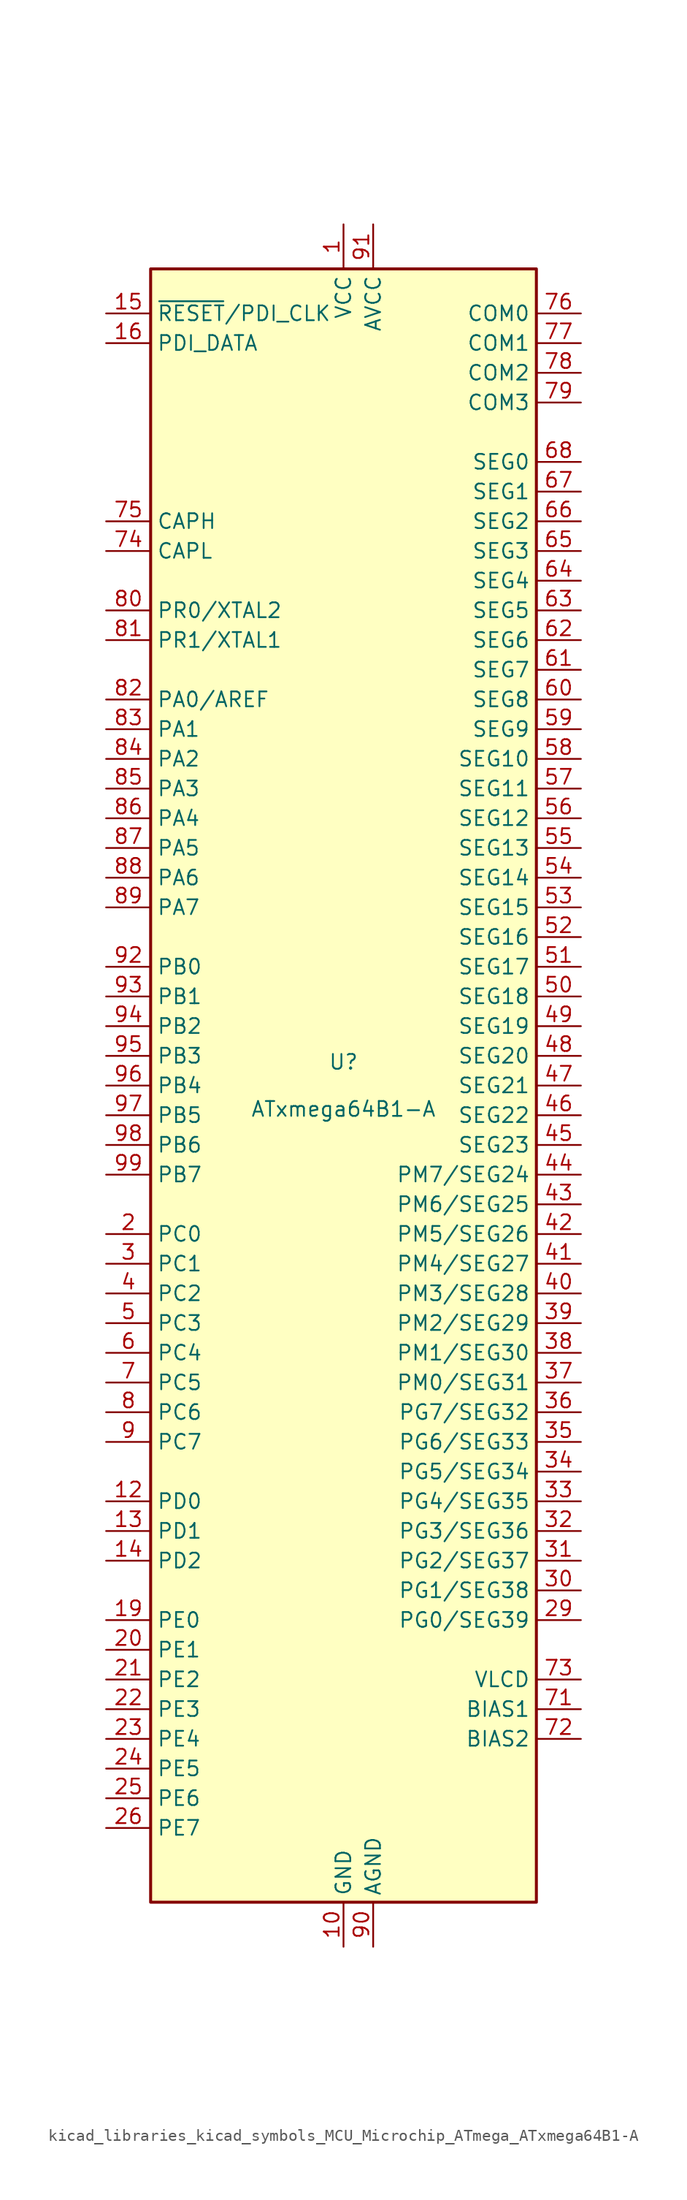
<source format=kicad_sym>
(kicad_symbol_lib
  (version 20220914)
  (generator kicad_symbol_editor)
  (symbol "kicad_libraries_kicad_symbols_MCU_Microchip_ATmega_ATxmega64B1-A"
    (property "Reference" "U"
      (at 0 1.27 0)
      (effects (font (size 1.27 1.27)) (justify bottom)))
    (property "Value" "ATxmega64B1-A"
      (at 0 -1.27 0)
      (effects (font (size 1.27 1.27)) (justify top)))
    (symbol "kicad_libraries_kicad_symbols_MCU_Microchip_ATmega_ATxmega64B1-A_0_1"
      (rectangle (start -16.51 -69.85) (end 16.51 69.85) (stroke (width 0.254) (type default)) (fill (type background))))
    (symbol "kicad_libraries_kicad_symbols_MCU_Microchip_ATmega_ATxmega64B1-A_1_1"
      (pin power_in line (at 0 73.66 270) (length 3.81) (name "VCC" (effects (font (size 1.27 1.27)))) (number "1" (effects (font (size 1.27 1.27)))))
      (pin power_in line (at 0 -73.66 90) (length 3.81) (name "GND" (effects (font (size 1.27 1.27)))) (number "10" (effects (font (size 1.27 1.27)))))
      (pin passive line (at 0 -73.66 90) (length 3.81) hide (name "GND" (effects (font (size 1.27 1.27)))) (number "100" (effects (font (size 1.27 1.27)))))
      (pin passive line (at 0 73.66 270) (length 3.81) hide (name "VCC" (effects (font (size 1.27 1.27)))) (number "11" (effects (font (size 1.27 1.27)))))
      (pin bidirectional line (at -20.32 -35.56 0) (length 3.81) (name "PD0" (effects (font (size 1.27 1.27)))) (number "12" (effects (font (size 1.27 1.27)))))
      (pin bidirectional line (at -20.32 -38.1 0) (length 3.81) (name "PD1" (effects (font (size 1.27 1.27)))) (number "13" (effects (font (size 1.27 1.27)))))
      (pin bidirectional line (at -20.32 -40.64 0) (length 3.81) (name "PD2" (effects (font (size 1.27 1.27)))) (number "14" (effects (font (size 1.27 1.27)))))
      (pin input line (at -20.32 66.04 0) (length 3.81) (name "~{RESET}/PDI_CLK" (effects (font (size 1.27 1.27)))) (number "15" (effects (font (size 1.27 1.27)))))
      (pin bidirectional line (at -20.32 63.5 0) (length 3.81) (name "PDI_DATA" (effects (font (size 1.27 1.27)))) (number "16" (effects (font (size 1.27 1.27)))))
      (pin passive line (at 0 -73.66 90) (length 3.81) hide (name "GND" (effects (font (size 1.27 1.27)))) (number "17" (effects (font (size 1.27 1.27)))))
      (pin passive line (at 0 73.66 270) (length 3.81) hide (name "VCC" (effects (font (size 1.27 1.27)))) (number "18" (effects (font (size 1.27 1.27)))))
      (pin bidirectional line (at -20.32 -45.72 0) (length 3.81) (name "PE0" (effects (font (size 1.27 1.27)))) (number "19" (effects (font (size 1.27 1.27)))))
      (pin bidirectional line (at -20.32 -12.7 0) (length 3.81) (name "PC0" (effects (font (size 1.27 1.27)))) (number "2" (effects (font (size 1.27 1.27)))))
      (pin bidirectional line (at -20.32 -48.26 0) (length 3.81) (name "PE1" (effects (font (size 1.27 1.27)))) (number "20" (effects (font (size 1.27 1.27)))))
      (pin bidirectional line (at -20.32 -50.8 0) (length 3.81) (name "PE2" (effects (font (size 1.27 1.27)))) (number "21" (effects (font (size 1.27 1.27)))))
      (pin bidirectional line (at -20.32 -53.34 0) (length 3.81) (name "PE3" (effects (font (size 1.27 1.27)))) (number "22" (effects (font (size 1.27 1.27)))))
      (pin bidirectional line (at -20.32 -55.88 0) (length 3.81) (name "PE4" (effects (font (size 1.27 1.27)))) (number "23" (effects (font (size 1.27 1.27)))))
      (pin bidirectional line (at -20.32 -58.42 0) (length 3.81) (name "PE5" (effects (font (size 1.27 1.27)))) (number "24" (effects (font (size 1.27 1.27)))))
      (pin bidirectional line (at -20.32 -60.96 0) (length 3.81) (name "PE6" (effects (font (size 1.27 1.27)))) (number "25" (effects (font (size 1.27 1.27)))))
      (pin bidirectional line (at -20.32 -63.5 0) (length 3.81) (name "PE7" (effects (font (size 1.27 1.27)))) (number "26" (effects (font (size 1.27 1.27)))))
      (pin passive line (at 0 -73.66 90) (length 3.81) hide (name "GND" (effects (font (size 1.27 1.27)))) (number "27" (effects (font (size 1.27 1.27)))))
      (pin passive line (at 0 73.66 270) (length 3.81) hide (name "VCC" (effects (font (size 1.27 1.27)))) (number "28" (effects (font (size 1.27 1.27)))))
      (pin bidirectional line (at 20.32 -45.72 180) (length 3.81) (name "PG0/SEG39" (effects (font (size 1.27 1.27)))) (number "29" (effects (font (size 1.27 1.27)))))
      (pin bidirectional line (at -20.32 -15.24 0) (length 3.81) (name "PC1" (effects (font (size 1.27 1.27)))) (number "3" (effects (font (size 1.27 1.27)))))
      (pin bidirectional line (at 20.32 -43.18 180) (length 3.81) (name "PG1/SEG38" (effects (font (size 1.27 1.27)))) (number "30" (effects (font (size 1.27 1.27)))))
      (pin bidirectional line (at 20.32 -40.64 180) (length 3.81) (name "PG2/SEG37" (effects (font (size 1.27 1.27)))) (number "31" (effects (font (size 1.27 1.27)))))
      (pin bidirectional line (at 20.32 -38.1 180) (length 3.81) (name "PG3/SEG36" (effects (font (size 1.27 1.27)))) (number "32" (effects (font (size 1.27 1.27)))))
      (pin bidirectional line (at 20.32 -35.56 180) (length 3.81) (name "PG4/SEG35" (effects (font (size 1.27 1.27)))) (number "33" (effects (font (size 1.27 1.27)))))
      (pin bidirectional line (at 20.32 -33.02 180) (length 3.81) (name "PG5/SEG34" (effects (font (size 1.27 1.27)))) (number "34" (effects (font (size 1.27 1.27)))))
      (pin bidirectional line (at 20.32 -30.48 180) (length 3.81) (name "PG6/SEG33" (effects (font (size 1.27 1.27)))) (number "35" (effects (font (size 1.27 1.27)))))
      (pin bidirectional line (at 20.32 -27.94 180) (length 3.81) (name "PG7/SEG32" (effects (font (size 1.27 1.27)))) (number "36" (effects (font (size 1.27 1.27)))))
      (pin bidirectional line (at 20.32 -25.4 180) (length 3.81) (name "PM0/SEG31" (effects (font (size 1.27 1.27)))) (number "37" (effects (font (size 1.27 1.27)))))
      (pin bidirectional line (at 20.32 -22.86 180) (length 3.81) (name "PM1/SEG30" (effects (font (size 1.27 1.27)))) (number "38" (effects (font (size 1.27 1.27)))))
      (pin bidirectional line (at 20.32 -20.32 180) (length 3.81) (name "PM2/SEG29" (effects (font (size 1.27 1.27)))) (number "39" (effects (font (size 1.27 1.27)))))
      (pin bidirectional line (at -20.32 -17.78 0) (length 3.81) (name "PC2" (effects (font (size 1.27 1.27)))) (number "4" (effects (font (size 1.27 1.27)))))
      (pin bidirectional line (at 20.32 -17.78 180) (length 3.81) (name "PM3/SEG28" (effects (font (size 1.27 1.27)))) (number "40" (effects (font (size 1.27 1.27)))))
      (pin bidirectional line (at 20.32 -15.24 180) (length 3.81) (name "PM4/SEG27" (effects (font (size 1.27 1.27)))) (number "41" (effects (font (size 1.27 1.27)))))
      (pin bidirectional line (at 20.32 -12.7 180) (length 3.81) (name "PM5/SEG26" (effects (font (size 1.27 1.27)))) (number "42" (effects (font (size 1.27 1.27)))))
      (pin bidirectional line (at 20.32 -10.16 180) (length 3.81) (name "PM6/SEG25" (effects (font (size 1.27 1.27)))) (number "43" (effects (font (size 1.27 1.27)))))
      (pin bidirectional line (at 20.32 -7.62 180) (length 3.81) (name "PM7/SEG24" (effects (font (size 1.27 1.27)))) (number "44" (effects (font (size 1.27 1.27)))))
      (pin output line (at 20.32 -5.08 180) (length 3.81) (name "SEG23" (effects (font (size 1.27 1.27)))) (number "45" (effects (font (size 1.27 1.27)))))
      (pin output line (at 20.32 -2.54 180) (length 3.81) (name "SEG22" (effects (font (size 1.27 1.27)))) (number "46" (effects (font (size 1.27 1.27)))))
      (pin output line (at 20.32 0 180) (length 3.81) (name "SEG21" (effects (font (size 1.27 1.27)))) (number "47" (effects (font (size 1.27 1.27)))))
      (pin output line (at 20.32 2.54 180) (length 3.81) (name "SEG20" (effects (font (size 1.27 1.27)))) (number "48" (effects (font (size 1.27 1.27)))))
      (pin output line (at 20.32 5.08 180) (length 3.81) (name "SEG19" (effects (font (size 1.27 1.27)))) (number "49" (effects (font (size 1.27 1.27)))))
      (pin bidirectional line (at -20.32 -20.32 0) (length 3.81) (name "PC3" (effects (font (size 1.27 1.27)))) (number "5" (effects (font (size 1.27 1.27)))))
      (pin output line (at 20.32 7.62 180) (length 3.81) (name "SEG18" (effects (font (size 1.27 1.27)))) (number "50" (effects (font (size 1.27 1.27)))))
      (pin output line (at 20.32 10.16 180) (length 3.81) (name "SEG17" (effects (font (size 1.27 1.27)))) (number "51" (effects (font (size 1.27 1.27)))))
      (pin output line (at 20.32 12.7 180) (length 3.81) (name "SEG16" (effects (font (size 1.27 1.27)))) (number "52" (effects (font (size 1.27 1.27)))))
      (pin output line (at 20.32 15.24 180) (length 3.81) (name "SEG15" (effects (font (size 1.27 1.27)))) (number "53" (effects (font (size 1.27 1.27)))))
      (pin output line (at 20.32 17.78 180) (length 3.81) (name "SEG14" (effects (font (size 1.27 1.27)))) (number "54" (effects (font (size 1.27 1.27)))))
      (pin output line (at 20.32 20.32 180) (length 3.81) (name "SEG13" (effects (font (size 1.27 1.27)))) (number "55" (effects (font (size 1.27 1.27)))))
      (pin output line (at 20.32 22.86 180) (length 3.81) (name "SEG12" (effects (font (size 1.27 1.27)))) (number "56" (effects (font (size 1.27 1.27)))))
      (pin output line (at 20.32 25.4 180) (length 3.81) (name "SEG11" (effects (font (size 1.27 1.27)))) (number "57" (effects (font (size 1.27 1.27)))))
      (pin output line (at 20.32 27.94 180) (length 3.81) (name "SEG10" (effects (font (size 1.27 1.27)))) (number "58" (effects (font (size 1.27 1.27)))))
      (pin output line (at 20.32 30.48 180) (length 3.81) (name "SEG9" (effects (font (size 1.27 1.27)))) (number "59" (effects (font (size 1.27 1.27)))))
      (pin bidirectional line (at -20.32 -22.86 0) (length 3.81) (name "PC4" (effects (font (size 1.27 1.27)))) (number "6" (effects (font (size 1.27 1.27)))))
      (pin output line (at 20.32 33.02 180) (length 3.81) (name "SEG8" (effects (font (size 1.27 1.27)))) (number "60" (effects (font (size 1.27 1.27)))))
      (pin output line (at 20.32 35.56 180) (length 3.81) (name "SEG7" (effects (font (size 1.27 1.27)))) (number "61" (effects (font (size 1.27 1.27)))))
      (pin output line (at 20.32 38.1 180) (length 3.81) (name "SEG6" (effects (font (size 1.27 1.27)))) (number "62" (effects (font (size 1.27 1.27)))))
      (pin output line (at 20.32 40.64 180) (length 3.81) (name "SEG5" (effects (font (size 1.27 1.27)))) (number "63" (effects (font (size 1.27 1.27)))))
      (pin output line (at 20.32 43.18 180) (length 3.81) (name "SEG4" (effects (font (size 1.27 1.27)))) (number "64" (effects (font (size 1.27 1.27)))))
      (pin output line (at 20.32 45.72 180) (length 3.81) (name "SEG3" (effects (font (size 1.27 1.27)))) (number "65" (effects (font (size 1.27 1.27)))))
      (pin output line (at 20.32 48.26 180) (length 3.81) (name "SEG2" (effects (font (size 1.27 1.27)))) (number "66" (effects (font (size 1.27 1.27)))))
      (pin output line (at 20.32 50.8 180) (length 3.81) (name "SEG1" (effects (font (size 1.27 1.27)))) (number "67" (effects (font (size 1.27 1.27)))))
      (pin output line (at 20.32 53.34 180) (length 3.81) (name "SEG0" (effects (font (size 1.27 1.27)))) (number "68" (effects (font (size 1.27 1.27)))))
      (pin passive line (at 0 -73.66 90) (length 3.81) hide (name "GND" (effects (font (size 1.27 1.27)))) (number "69" (effects (font (size 1.27 1.27)))))
      (pin bidirectional line (at -20.32 -25.4 0) (length 3.81) (name "PC5" (effects (font (size 1.27 1.27)))) (number "7" (effects (font (size 1.27 1.27)))))
      (pin passive line (at 0 73.66 270) (length 3.81) hide (name "VCC" (effects (font (size 1.27 1.27)))) (number "70" (effects (font (size 1.27 1.27)))))
      (pin power_out line (at 20.32 -53.34 180) (length 3.81) (name "BIAS1" (effects (font (size 1.27 1.27)))) (number "71" (effects (font (size 1.27 1.27)))))
      (pin power_out line (at 20.32 -55.88 180) (length 3.81) (name "BIAS2" (effects (font (size 1.27 1.27)))) (number "72" (effects (font (size 1.27 1.27)))))
      (pin power_out line (at 20.32 -50.8 180) (length 3.81) (name "VLCD" (effects (font (size 1.27 1.27)))) (number "73" (effects (font (size 1.27 1.27)))))
      (pin passive line (at -20.32 45.72 0) (length 3.81) (name "CAPL" (effects (font (size 1.27 1.27)))) (number "74" (effects (font (size 1.27 1.27)))))
      (pin passive line (at -20.32 48.26 0) (length 3.81) (name "CAPH" (effects (font (size 1.27 1.27)))) (number "75" (effects (font (size 1.27 1.27)))))
      (pin output line (at 20.32 66.04 180) (length 3.81) (name "COM0" (effects (font (size 1.27 1.27)))) (number "76" (effects (font (size 1.27 1.27)))))
      (pin output line (at 20.32 63.5 180) (length 3.81) (name "COM1" (effects (font (size 1.27 1.27)))) (number "77" (effects (font (size 1.27 1.27)))))
      (pin output line (at 20.32 60.96 180) (length 3.81) (name "COM2" (effects (font (size 1.27 1.27)))) (number "78" (effects (font (size 1.27 1.27)))))
      (pin output line (at 20.32 58.42 180) (length 3.81) (name "COM3" (effects (font (size 1.27 1.27)))) (number "79" (effects (font (size 1.27 1.27)))))
      (pin bidirectional line (at -20.32 -27.94 0) (length 3.81) (name "PC6" (effects (font (size 1.27 1.27)))) (number "8" (effects (font (size 1.27 1.27)))))
      (pin bidirectional line (at -20.32 40.64 0) (length 3.81) (name "PR0/XTAL2" (effects (font (size 1.27 1.27)))) (number "80" (effects (font (size 1.27 1.27)))))
      (pin bidirectional line (at -20.32 38.1 0) (length 3.81) (name "PR1/XTAL1" (effects (font (size 1.27 1.27)))) (number "81" (effects (font (size 1.27 1.27)))))
      (pin bidirectional line (at -20.32 33.02 0) (length 3.81) (name "PA0/AREF" (effects (font (size 1.27 1.27)))) (number "82" (effects (font (size 1.27 1.27)))))
      (pin bidirectional line (at -20.32 30.48 0) (length 3.81) (name "PA1" (effects (font (size 1.27 1.27)))) (number "83" (effects (font (size 1.27 1.27)))))
      (pin bidirectional line (at -20.32 27.94 0) (length 3.81) (name "PA2" (effects (font (size 1.27 1.27)))) (number "84" (effects (font (size 1.27 1.27)))))
      (pin bidirectional line (at -20.32 25.4 0) (length 3.81) (name "PA3" (effects (font (size 1.27 1.27)))) (number "85" (effects (font (size 1.27 1.27)))))
      (pin bidirectional line (at -20.32 22.86 0) (length 3.81) (name "PA4" (effects (font (size 1.27 1.27)))) (number "86" (effects (font (size 1.27 1.27)))))
      (pin bidirectional line (at -20.32 20.32 0) (length 3.81) (name "PA5" (effects (font (size 1.27 1.27)))) (number "87" (effects (font (size 1.27 1.27)))))
      (pin bidirectional line (at -20.32 17.78 0) (length 3.81) (name "PA6" (effects (font (size 1.27 1.27)))) (number "88" (effects (font (size 1.27 1.27)))))
      (pin bidirectional line (at -20.32 15.24 0) (length 3.81) (name "PA7" (effects (font (size 1.27 1.27)))) (number "89" (effects (font (size 1.27 1.27)))))
      (pin bidirectional line (at -20.32 -30.48 0) (length 3.81) (name "PC7" (effects (font (size 1.27 1.27)))) (number "9" (effects (font (size 1.27 1.27)))))
      (pin power_in line (at 2.54 -73.66 90) (length 3.81) (name "AGND" (effects (font (size 1.27 1.27)))) (number "90" (effects (font (size 1.27 1.27)))))
      (pin power_in line (at 2.54 73.66 270) (length 3.81) (name "AVCC" (effects (font (size 1.27 1.27)))) (number "91" (effects (font (size 1.27 1.27)))))
      (pin bidirectional line (at -20.32 10.16 0) (length 3.81) (name "PB0" (effects (font (size 1.27 1.27)))) (number "92" (effects (font (size 1.27 1.27)))))
      (pin bidirectional line (at -20.32 7.62 0) (length 3.81) (name "PB1" (effects (font (size 1.27 1.27)))) (number "93" (effects (font (size 1.27 1.27)))))
      (pin bidirectional line (at -20.32 5.08 0) (length 3.81) (name "PB2" (effects (font (size 1.27 1.27)))) (number "94" (effects (font (size 1.27 1.27)))))
      (pin bidirectional line (at -20.32 2.54 0) (length 3.81) (name "PB3" (effects (font (size 1.27 1.27)))) (number "95" (effects (font (size 1.27 1.27)))))
      (pin bidirectional line (at -20.32 0 0) (length 3.81) (name "PB4" (effects (font (size 1.27 1.27)))) (number "96" (effects (font (size 1.27 1.27)))))
      (pin bidirectional line (at -20.32 -2.54 0) (length 3.81) (name "PB5" (effects (font (size 1.27 1.27)))) (number "97" (effects (font (size 1.27 1.27)))))
      (pin bidirectional line (at -20.32 -5.08 0) (length 3.81) (name "PB6" (effects (font (size 1.27 1.27)))) (number "98" (effects (font (size 1.27 1.27)))))
      (pin bidirectional line (at -20.32 -7.62 0) (length 3.81) (name "PB7" (effects (font (size 1.27 1.27)))) (number "99" (effects (font (size 1.27 1.27))))))))
</source>
